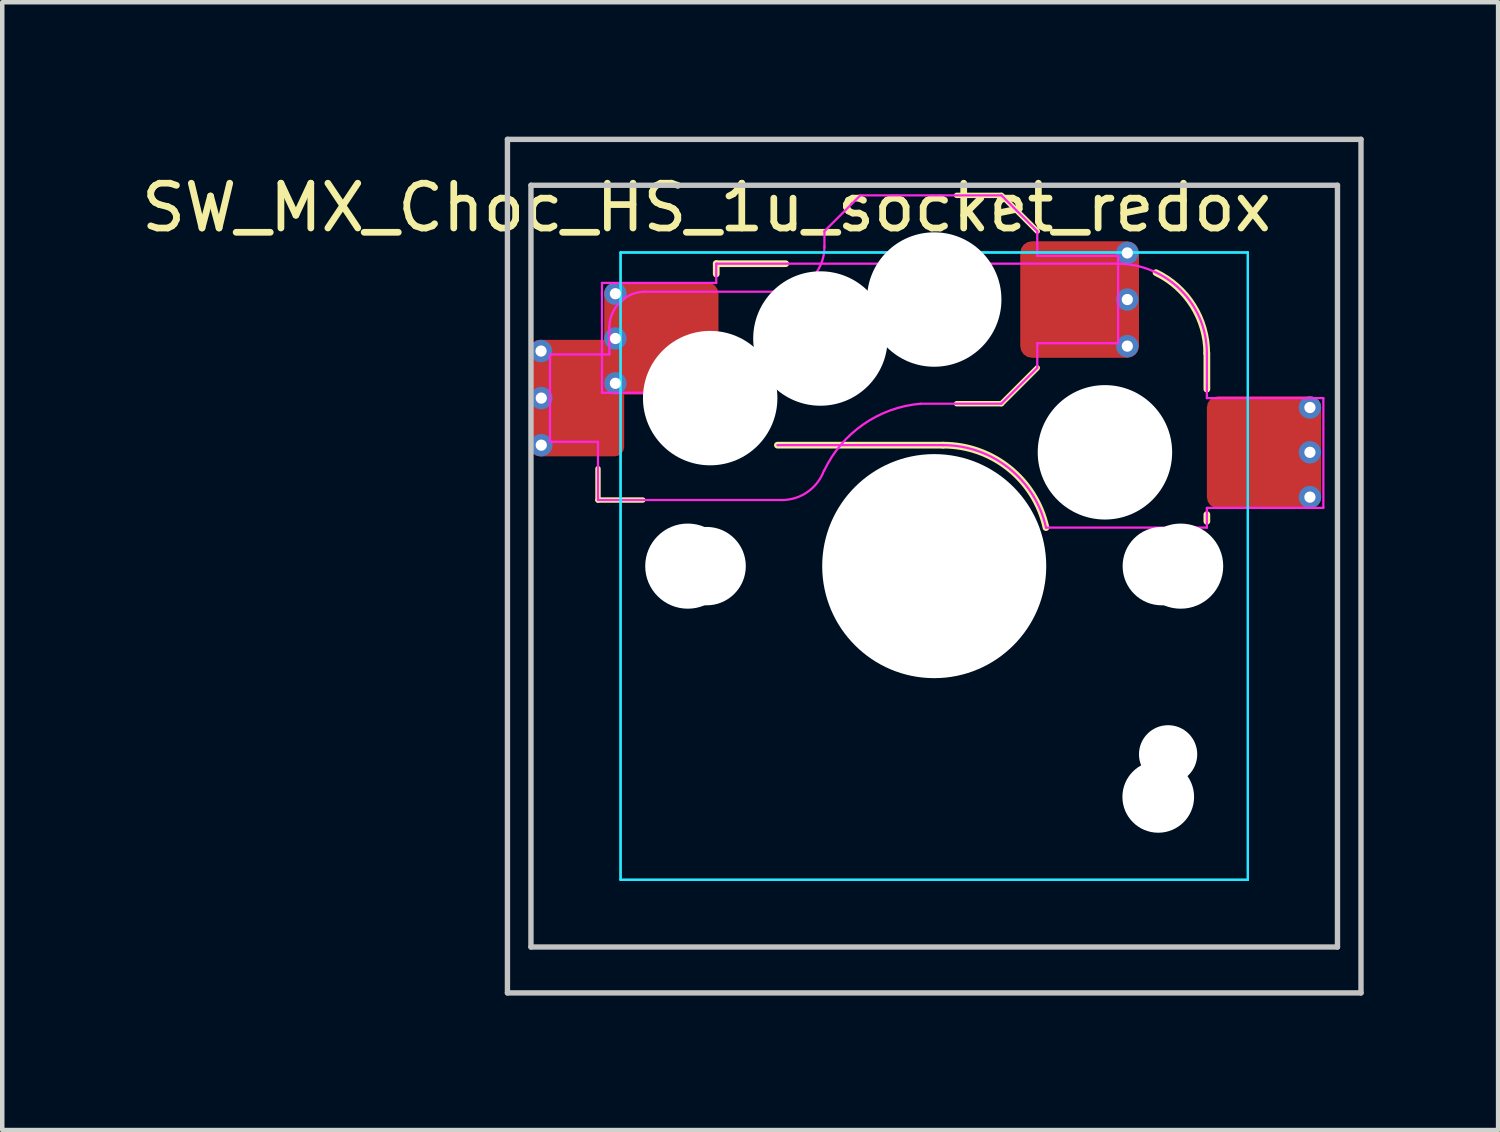
<source format=kicad_pcb>
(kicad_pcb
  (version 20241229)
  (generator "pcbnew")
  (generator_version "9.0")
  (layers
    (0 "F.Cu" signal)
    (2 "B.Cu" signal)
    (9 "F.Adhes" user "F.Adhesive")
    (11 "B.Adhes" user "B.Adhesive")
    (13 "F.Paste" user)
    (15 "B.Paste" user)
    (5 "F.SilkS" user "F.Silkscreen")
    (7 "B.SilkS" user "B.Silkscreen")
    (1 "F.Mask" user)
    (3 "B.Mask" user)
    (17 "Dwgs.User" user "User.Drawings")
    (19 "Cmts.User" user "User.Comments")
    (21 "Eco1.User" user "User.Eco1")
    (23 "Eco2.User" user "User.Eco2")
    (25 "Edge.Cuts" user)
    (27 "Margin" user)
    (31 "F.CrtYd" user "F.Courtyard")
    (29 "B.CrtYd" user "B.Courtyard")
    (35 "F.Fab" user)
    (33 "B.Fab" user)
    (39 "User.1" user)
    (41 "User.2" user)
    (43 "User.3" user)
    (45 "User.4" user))
  (footprint "SW_MX_Choc_HS_1u_socket_redox"
    (layer "F.Cu")
    (at 17.8 9.585)
    (property "Reference" "SW_MX_Choc_HS_1u_socket_redox" (at -5.08 -8.001 0) (layer "F.SilkS") (effects (font (size 1 1) (thickness 0.15))))
    (attr smd)
    (fp_line (start -7.504 -1.475) (end -7.504 -2.175) (stroke (width 0.12) (type solid)) (layer "F.SilkS"))
    (fp_line (start -7.504 -1.475) (end -6.504 -1.475) (stroke (width 0.12) (type solid)) (layer "F.SilkS"))
    (fp_line (start -4.865 -6.75) (end -4.865 -6.52) (stroke (width 0.15) (type solid)) (layer "F.SilkS"))
    (fp_line (start -3.5 -2.7) (end 0.2 -2.7) (stroke (width 0.15) (type solid)) (layer "F.SilkS"))
    (fp_line (start -3.315 -6.75) (end -4.865 -6.75) (stroke (width 0.15) (type solid)) (layer "F.SilkS"))
    (fp_line (start 1.5 -8.275) (end 0.5 -8.275) (stroke (width 0.12) (type solid)) (layer "F.SilkS"))
    (fp_line (start 1.5 -3.625) (end 0.5 -3.625) (stroke (width 0.12) (type solid)) (layer "F.SilkS"))
    (fp_line (start 1.5 -3.625) (end 2.3 -4.425) (stroke (width 0.12) (type solid)) (layer "F.SilkS"))
    (fp_line (start 2.3 -7.475) (end 1.5 -8.275) (stroke (width 0.12) (type solid)) (layer "F.SilkS"))
    (fp_line (start 6.085 -3.95) (end 6.085 -4.75) (stroke (width 0.15) (type solid)) (layer "F.SilkS"))
    (fp_line (start 6.085 -1.15) (end 6.085 -1) (stroke (width 0.15) (type solid)) (layer "F.SilkS"))
    (fp_arc (start 0.2 -2.70022) (mid 1.670693 -2.183637) (end 2.494322 -0.86022) (stroke (width 0.15) (type solid)) (layer "F.SilkS"))
    (fp_arc (start 4.95 -6.549999) (mid 5.775442 -5.813297) (end 6.081957 -4.75022) (stroke (width 0.15) (type solid)) (layer "F.SilkS"))
    (fp_line (start -9.525 -9.525) (end 9.525 -9.525) (stroke (width 0.12) (type solid)) (layer "Dwgs.User"))
    (fp_line (start -9.525 9.525) (end -9.525 -9.525) (stroke (width 0.12) (type solid)) (layer "Dwgs.User"))
    (fp_line (start -9 -8.5) (end -9 8.5) (stroke (width 0.12) (type solid)) (layer "Dwgs.User"))
    (fp_line (start -9 8.5) (end 9 8.5) (stroke (width 0.12) (type solid)) (layer "Dwgs.User"))
    (fp_line (start 9 -8.5) (end -9 -8.5) (stroke (width 0.12) (type solid)) (layer "Dwgs.User"))
    (fp_line (start 9 8.5) (end 9 -8.5) (stroke (width 0.12) (type solid)) (layer "Dwgs.User"))
    (fp_line (start 9.525 -9.525) (end 9.525 9.525) (stroke (width 0.12) (type solid)) (layer "Dwgs.User"))
    (fp_line (start 9.525 9.525) (end -9.525 9.525) (stroke (width 0.12) (type solid)) (layer "Dwgs.User"))
    (fp_line (start -7 -6.5) (end -7 6.5) (stroke (width 0.05) (type solid)) (layer "Eco2.User"))
    (fp_line (start -6.95 -6.45) (end -6.95 6.45) (stroke (width 0.05) (type solid)) (layer "Eco2.User"))
    (fp_line (start -6.5 7) (end 6.5 7) (stroke (width 0.05) (type solid)) (layer "Eco2.User"))
    (fp_line (start -6.45 6.95) (end 6.45 6.95) (stroke (width 0.05) (type solid)) (layer "Eco2.User"))
    (fp_line (start 6.45 -6.95) (end -6.45 -6.95) (stroke (width 0.05) (type solid)) (layer "Eco2.User"))
    (fp_line (start 6.5 -7) (end -6.5 -7) (stroke (width 0.05) (type solid)) (layer "Eco2.User"))
    (fp_line (start 6.95 6.45) (end 6.95 -6.45) (stroke (width 0.05) (type solid)) (layer "Eco2.User"))
    (fp_line (start 7 6.5) (end 7 -6.5) (stroke (width 0.05) (type solid)) (layer "Eco2.User"))
    (fp_arc (start -7 -6.5) (mid -6.853553 -6.853553) (end -6.5 -7) (stroke (width 0.05) (type solid)) (layer "Eco2.User"))
    (fp_arc (start -6.95 -6.45) (mid -6.803553 -6.803553) (end -6.45 -6.95) (stroke (width 0.05) (type solid)) (layer "Eco2.User"))
    (fp_arc (start -6.497236 6.998884) (mid -6.850789 6.852437) (end -6.997236 6.498884) (stroke (width 0.05) (type solid)) (layer "Eco2.User"))
    (fp_arc (start -6.45 6.95) (mid -6.803553 6.803553) (end -6.95 6.45) (stroke (width 0.05) (type solid)) (layer "Eco2.User"))
    (fp_arc (start 6.45 -6.95) (mid 6.803553 -6.803553) (end 6.95 -6.45) (stroke (width 0.05) (type solid)) (layer "Eco2.User"))
    (fp_arc (start 6.5 -7) (mid 6.853553 -6.853553) (end 7 -6.5) (stroke (width 0.05) (type solid)) (layer "Eco2.User"))
    (fp_arc (start 6.95 6.45) (mid 6.803553 6.803553) (end 6.45 6.95) (stroke (width 0.05) (type solid)) (layer "Eco2.User"))
    (fp_arc (start 7 6.5) (mid 6.853553 6.853553) (end 6.5 7) (stroke (width 0.05) (type solid)) (layer "Eco2.User"))
    (fp_line (start -7 -7) (end -7 7) (stroke (width 0.05) (type solid)) (layer "B.CrtYd"))
    (fp_line (start -7 -7) (end 7 -7) (stroke (width 0.05) (type solid)) (layer "B.CrtYd"))
    (fp_line (start -7 7) (end -7 -7) (stroke (width 0.05) (type solid)) (layer "B.CrtYd"))
    (fp_line (start -7 7) (end 7 7) (stroke (width 0.05) (type solid)) (layer "B.CrtYd"))
    (fp_line (start 7 -7) (end -7 -7) (stroke (width 0.05) (type solid)) (layer "B.CrtYd"))
    (fp_line (start 7 -7) (end 7 7) (stroke (width 0.05) (type solid)) (layer "B.CrtYd"))
    (fp_line (start 7 7) (end -7 7) (stroke (width 0.05) (type solid)) (layer "B.CrtYd"))
    (fp_line (start 7 7) (end 7 -7) (stroke (width 0.05) (type solid)) (layer "B.CrtYd"))
    (fp_line (start -8.575 -4.725) (end -8.575 -2.775) (stroke (width 0.05) (type solid)) (layer "F.CrtYd"))
    (fp_line (start -8.575 -2.775) (end -7.504 -2.775) (stroke (width 0.05) (type solid)) (layer "F.CrtYd"))
    (fp_line (start -7.504 -2.175) (end -7.504 -2.775) (stroke (width 0.05) (type solid)) (layer "F.CrtYd"))
    (fp_line (start -7.504 -1.475) (end -7.504 -2.175) (stroke (width 0.05) (type solid)) (layer "F.CrtYd"))
    (fp_line (start -7.504 -1.475) (end -3.4 -1.475) (stroke (width 0.05) (type solid)) (layer "F.CrtYd"))
    (fp_line (start -7.415 -6.32) (end -4.865 -6.32) (stroke (width 0.05) (type solid)) (layer "F.CrtYd"))
    (fp_line (start -7.415 -3.87) (end -7.415 -6.32) (stroke (width 0.05) (type solid)) (layer "F.CrtYd"))
    (fp_line (start -7.25 -5.325) (end -7.25 -4.725) (stroke (width 0.05) (type solid)) (layer "F.CrtYd"))
    (fp_line (start -7.25 -4.725) (end -8.575 -4.725) (stroke (width 0.05) (type solid)) (layer "F.CrtYd"))
    (fp_line (start -4.865 -6.75) (end -4.865 -6.32) (stroke (width 0.05) (type solid)) (layer "F.CrtYd"))
    (fp_line (start -4.865 -3.87) (end -7.415 -3.87) (stroke (width 0.05) (type solid)) (layer "F.CrtYd"))
    (fp_line (start -4.865 -3.87) (end -4.865 -2.7) (stroke (width 0.05) (type solid)) (layer "F.CrtYd"))
    (fp_line (start -3.5 -2.7) (end 0.2 -2.7) (stroke (width 0.05) (type solid)) (layer "F.CrtYd"))
    (fp_line (start -3.45 -6.125) (end -6.45 -6.125) (stroke (width 0.05) (type solid)) (layer "F.CrtYd"))
    (fp_line (start -2.45 -7.475) (end -2.45 -7.125) (stroke (width 0.05) (type solid)) (layer "F.CrtYd"))
    (fp_line (start -2.45 -7.475) (end -1.65 -8.275) (stroke (width 0.05) (type solid)) (layer "F.CrtYd"))
    (fp_line (start 1.5 -8.275) (end -1.65 -8.275) (stroke (width 0.05) (type solid)) (layer "F.CrtYd"))
    (fp_line (start 1.5 -3.625) (end -0.3 -3.625) (stroke (width 0.05) (type solid)) (layer "F.CrtYd"))
    (fp_line (start 1.5 -3.625) (end 2.3 -4.425) (stroke (width 0.05) (type solid)) (layer "F.CrtYd"))
    (fp_line (start 2.3 -7.475) (end 1.5 -8.275) (stroke (width 0.05) (type solid)) (layer "F.CrtYd"))
    (fp_line (start 2.3 -7.475) (end 2.3 -6.925) (stroke (width 0.05) (type solid)) (layer "F.CrtYd"))
    (fp_line (start 2.3 -4.975) (end 2.3 -4.425) (stroke (width 0.05) (type solid)) (layer "F.CrtYd"))
    (fp_line (start 4.085 -6.75) (end -4.865 -6.75) (stroke (width 0.05) (type solid)) (layer "F.CrtYd"))
    (fp_line (start 4.104 -6.925) (end 2.3 -6.925) (stroke (width 0.05) (type solid)) (layer "F.CrtYd"))
    (fp_line (start 4.104 -4.975) (end 2.3 -4.975) (stroke (width 0.05) (type solid)) (layer "F.CrtYd"))
    (fp_line (start 4.104 -4.975) (end 4.104 -6.925) (stroke (width 0.05) (type solid)) (layer "F.CrtYd"))
    (fp_line (start 6.085 -3.75) (end 6.085 -4.75) (stroke (width 0.05) (type solid)) (layer "F.CrtYd"))
    (fp_line (start 6.085 -3.75) (end 8.685 -3.75) (stroke (width 0.05) (type solid)) (layer "F.CrtYd"))
    (fp_line (start 6.085 -1.3) (end 6.085 -0.86) (stroke (width 0.05) (type solid)) (layer "F.CrtYd"))
    (fp_line (start 6.085 -0.86) (end 2.494 -0.86) (stroke (width 0.05) (type solid)) (layer "F.CrtYd"))
    (fp_line (start 8.685 -3.75) (end 8.685 -1.3) (stroke (width 0.05) (type solid)) (layer "F.CrtYd"))
    (fp_line (start 8.685 -1.3) (end 6.085 -1.3) (stroke (width 0.05) (type solid)) (layer "F.CrtYd"))
    (fp_arc (start -7.25 -5.325) (mid -7.015685 -5.890685) (end -6.45 -6.125) (stroke (width 0.05) (type solid)) (layer "F.CrtYd"))
    (fp_arc (start -2.460307 -2.13298) (mid -2.826423 -1.655848) (end -3.4 -1.475) (stroke (width 0.05) (type solid)) (layer "F.CrtYd"))
    (fp_arc (start -2.455444 -2.13293) (mid -1.577271 -3.167234) (end -0.299999 -3.624999) (stroke (width 0.05) (type solid)) (layer "F.CrtYd"))
    (fp_arc (start -2.45 -7.125) (mid -2.742893 -6.417893) (end -3.45 -6.125) (stroke (width 0.05) (type solid)) (layer "F.CrtYd"))
    (fp_arc (start 0.2 -2.70022) (mid 1.670503 -2.183399) (end 2.494322 -0.86022) (stroke (width 0.05) (type solid)) (layer "F.CrtYd"))
    (fp_arc (start 4.085176 -6.75022) (mid 5.49939 -6.164434) (end 6.085176 -4.75022) (stroke (width 0.05) (type solid)) (layer "F.CrtYd"))
    (pad "" np_thru_hole circle (at -5.5 0) (size 1.9 1.9) (drill 1.9) (layers "*.Cu" "*.Mask"))
    (pad "" np_thru_hole circle (at -5.08 0) (size 1.75 1.75) (drill 1.75) (layers "*.Cu" "*.Mask"))
    (pad "" np_thru_hole circle (at -5 -3.75 180) (size 3 3) (drill 3) (layers "*.Cu" "*.Mask"))
    (pad "" np_thru_hole circle (at -2.54 -5.08) (size 3 3) (drill 3) (layers "*.Cu" "*.Mask"))
    (pad "" np_thru_hole circle (at 0 -5.95 180) (size 3 3) (drill 3) (layers "*.Cu" "*.Mask"))
    (pad "" np_thru_hole circle (at 0 0) (size 5 5) (drill 5) (layers "*.Cu" "*.Mask"))
    (pad "" np_thru_hole circle (at 3.81 -2.54) (size 3 3) (drill 3) (layers "*.Cu" "*.Mask"))
    (pad "" np_thru_hole circle (at 5 5.15) (size 1.6 1.6) (drill 1.6) (layers "*.Cu" "*.Mask"))
    (pad "" np_thru_hole circle (at 5.08 0) (size 1.75 1.75) (drill 1.75) (layers "*.Cu" "*.Mask"))
    (pad "" np_thru_hole circle (at 5.22 4.2) (size 1.3 1.3) (drill 1.3) (layers "*.Cu" "*.Mask"))
    (pad "" np_thru_hole circle (at 5.5 0) (size 1.9 1.9) (drill 1.9) (layers "*.Cu" "*.Mask"))
    (pad "1" thru_hole circle (at -8.775 -4.8) (size 0.5 0.5) (drill 0.25) (layers "*.Cu"))
    (pad "1" thru_hole circle (at -8.77 -3.75) (size 0.5 0.5) (drill 0.25) (layers "*.Cu"))
    (pad "1" thru_hole circle (at -8.77 -2.7) (size 0.5 0.5) (drill 0.25) (layers "*.Cu"))
    (pad "1" smd roundrect (at -7.97 -3.75 180) (size 2.1 2.6) (layers "F.Cu" "F.Mask" "F.Paste") (roundrect_rratio 0.1))
    (pad "1" thru_hole circle (at -7.115 -6.08) (size 0.5 0.5) (drill 0.25) (layers "*.Cu"))
    (pad "1" thru_hole circle (at -7.115 -5.08) (size 0.5 0.5) (drill 0.25) (layers "*.Cu"))
    (pad "1" thru_hole circle (at -7.115 -4.08) (size 0.5 0.5) (drill 0.25) (layers "*.Cu"))
    (pad "1" smd roundrect (at -6.09 -5.08) (size 2.55 2.5) (layers "F.Cu" "F.Mask" "F.Paste") (roundrect_rratio 0.1))
    (pad "2" smd roundrect (at 3.245 -5.95 180) (size 2.65 2.6) (layers "F.Cu" "F.Mask" "F.Paste") (roundrect_rratio 0.1))
    (pad "2" thru_hole circle (at 4.31 -6.99) (size 0.5 0.5) (drill 0.25) (layers "*.Cu"))
    (pad "2" thru_hole circle (at 4.31 -5.95) (size 0.5 0.5) (drill 0.25) (layers "*.Cu"))
    (pad "2" thru_hole circle (at 4.31 -4.91) (size 0.5 0.5) (drill 0.25) (layers "*.Cu"))
    (pad "2" smd roundrect (at 7.36 -2.54) (size 2.55 2.5) (layers "F.Cu" "F.Mask" "F.Paste") (roundrect_rratio 0.1))
    (pad "2" thru_hole circle (at 8.385 -3.54) (size 0.5 0.5) (drill 0.25) (layers "*.Cu"))
    (pad "2" thru_hole circle (at 8.385 -2.54) (size 0.5 0.5) (drill 0.25) (layers "*.Cu"))
    (pad "2" thru_hole circle (at 8.385 -1.54) (size 0.5 0.5) (drill 0.25) (layers "*.Cu")))
  (gr_rect
    (start -3 -3)
    (end 30.385 22.17)
    (stroke (width 0.1) (type default))
    (fill no)
    (layer "Edge.Cuts")))
</source>
